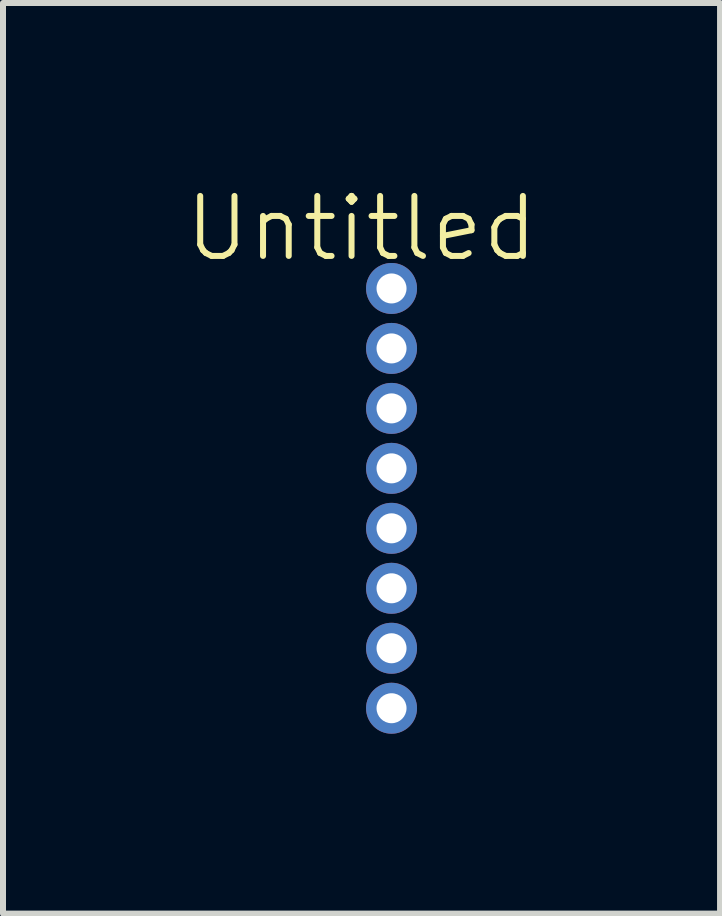
<source format=kicad_pcb>
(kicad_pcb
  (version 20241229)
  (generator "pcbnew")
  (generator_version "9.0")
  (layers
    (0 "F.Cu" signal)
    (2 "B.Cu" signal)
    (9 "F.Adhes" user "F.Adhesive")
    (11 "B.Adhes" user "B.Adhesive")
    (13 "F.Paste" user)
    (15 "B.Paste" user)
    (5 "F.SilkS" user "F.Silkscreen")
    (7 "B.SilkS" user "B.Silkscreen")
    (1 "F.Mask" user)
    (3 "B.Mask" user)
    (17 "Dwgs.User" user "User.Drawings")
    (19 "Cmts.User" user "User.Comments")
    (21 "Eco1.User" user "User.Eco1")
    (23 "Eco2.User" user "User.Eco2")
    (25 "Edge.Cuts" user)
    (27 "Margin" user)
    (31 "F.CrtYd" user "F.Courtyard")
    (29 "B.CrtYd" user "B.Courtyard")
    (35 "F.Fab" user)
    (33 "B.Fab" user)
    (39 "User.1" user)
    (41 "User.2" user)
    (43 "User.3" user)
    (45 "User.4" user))
  (footprint "Untitled"
    (layer "F.Cu")
    (at 2.979 1.26)
    (property "Reference" "Untitled" (at 0 -0.5 0) (unlocked yes) (layer "F.SilkS") (effects (font (size 1 1) (thickness 0.1))))
    (attr smd)
    (pad "1" thru_hole circle (at 0.5 0.5) (size 0.85 0.85) (drill 0.5) (layers "*.Cu" "*.Mask"))
    (pad "2" thru_hole circle (at 0.5 1.5) (size 0.85 0.85) (drill 0.5) (layers "*.Cu" "*.Mask"))
    (pad "3" thru_hole circle (at 0.5 2.5) (size 0.85 0.85) (drill 0.5) (layers "*.Cu" "*.Mask"))
    (pad "4" thru_hole circle (at 0.5 3.5) (size 0.85 0.85) (drill 0.5) (layers "*.Cu" "*.Mask"))
    (pad "5" thru_hole circle (at 0.5 4.5) (size 0.85 0.85) (drill 0.5) (layers "*.Cu" "*.Mask"))
    (pad "6" thru_hole circle (at 0.5 5.5) (size 0.85 0.85) (drill 0.5) (layers "*.Cu" "*.Mask"))
    (pad "7" thru_hole circle (at 0.5 6.5) (size 0.85 0.85) (drill 0.5) (layers "*.Cu" "*.Mask"))
    (pad "8" thru_hole circle (at 0.5 7.5) (size 0.85 0.85) (drill 0.5) (layers "*.Cu" "*.Mask")))
  (gr_rect
    (start -3 -3)
    (end 8.957 12.185)
    (stroke (width 0.1) (type default))
    (fill no)
    (layer "Edge.Cuts")))
</source>
